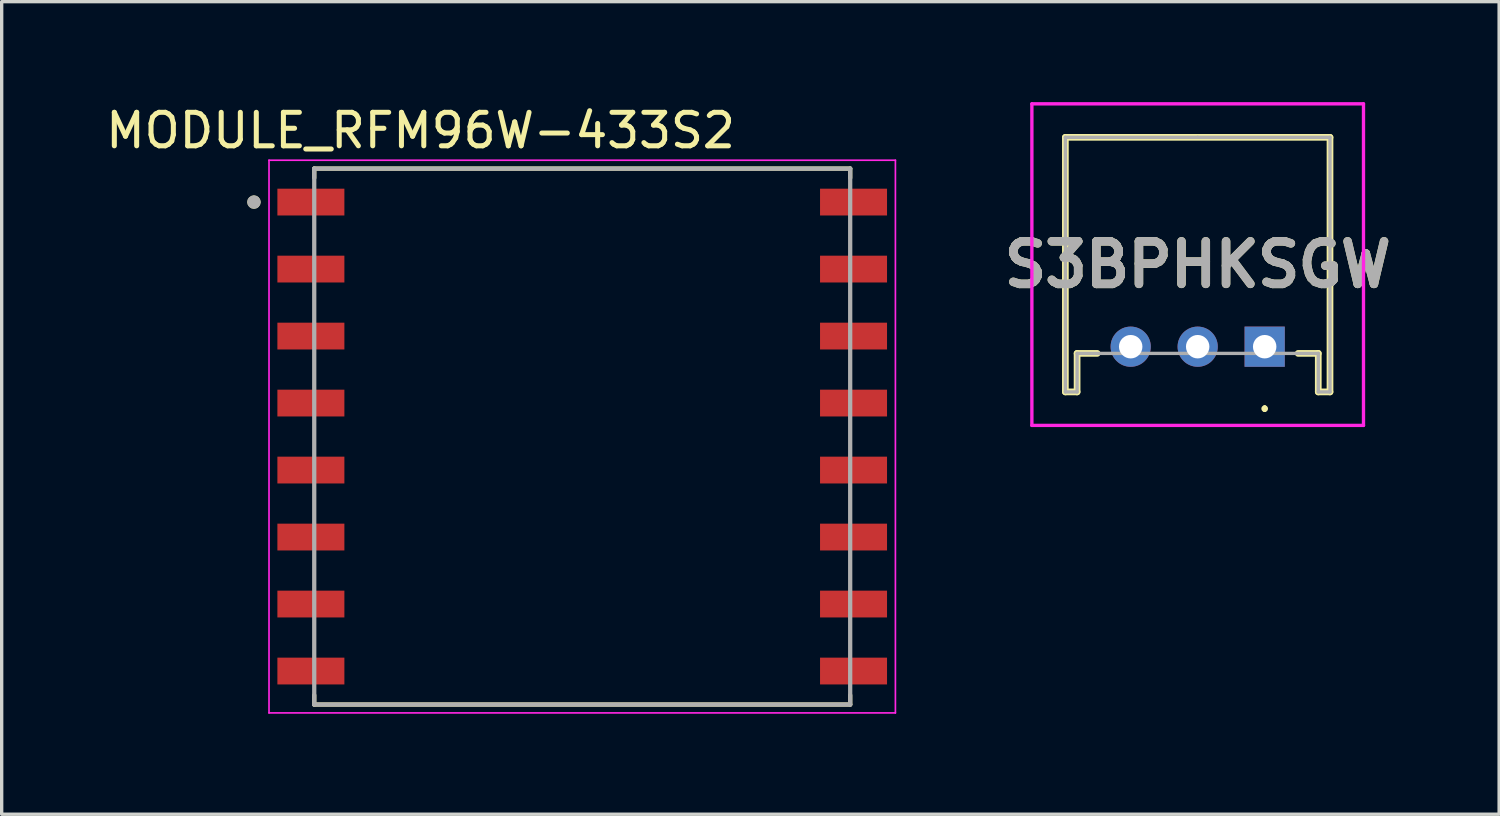
<source format=kicad_pcb>
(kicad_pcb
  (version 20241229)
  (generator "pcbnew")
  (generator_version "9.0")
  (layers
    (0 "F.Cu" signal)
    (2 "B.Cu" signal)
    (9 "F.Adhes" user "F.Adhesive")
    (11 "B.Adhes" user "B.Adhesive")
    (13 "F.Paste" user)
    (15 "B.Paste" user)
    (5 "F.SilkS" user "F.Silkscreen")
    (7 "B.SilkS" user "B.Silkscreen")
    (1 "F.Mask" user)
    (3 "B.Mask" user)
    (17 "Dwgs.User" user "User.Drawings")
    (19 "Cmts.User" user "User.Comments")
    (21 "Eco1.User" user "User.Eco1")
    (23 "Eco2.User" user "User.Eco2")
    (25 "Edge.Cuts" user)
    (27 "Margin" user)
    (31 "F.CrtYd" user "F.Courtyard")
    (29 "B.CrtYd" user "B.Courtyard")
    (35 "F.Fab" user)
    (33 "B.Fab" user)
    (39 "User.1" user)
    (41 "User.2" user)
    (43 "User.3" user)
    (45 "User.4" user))
  (footprint "S3BPHKSGW"
    (layer "F.Cu")
    (at 34.705 7.3)
    (property "Reference" "S3BPHKSGW" (at -2 -2.45 0) (layer "F.SilkS") (effects (font (size 1.27 1.27) (thickness 0.254))))
    (attr through_hole)
    (fp_line (start -5.95 -6.25) (end -5.95 1.35) (stroke (width 0.2) (type solid)) (layer "F.SilkS"))
    (fp_line (start -5.95 1.35) (end -5.6 1.35) (stroke (width 0.2) (type solid)) (layer "F.SilkS"))
    (fp_line (start -5.6 0.2) (end -5 0.2) (stroke (width 0.2) (type solid)) (layer "F.SilkS"))
    (fp_line (start -5.6 1.35) (end -5.6 0.2) (stroke (width 0.2) (type solid)) (layer "F.SilkS"))
    (fp_line (start 0 1.8) (end 0 1.8) (stroke (width 0.1) (type solid)) (layer "F.SilkS"))
    (fp_line (start 0 1.9) (end 0 1.9) (stroke (width 0.1) (type solid)) (layer "F.SilkS"))
    (fp_line (start 1 0.2) (end 1.6 0.2) (stroke (width 0.2) (type solid)) (layer "F.SilkS"))
    (fp_line (start 1.6 0.2) (end 1.6 1.35) (stroke (width 0.2) (type solid)) (layer "F.SilkS"))
    (fp_line (start 1.6 1.35) (end 1.95 1.35) (stroke (width 0.2) (type solid)) (layer "F.SilkS"))
    (fp_line (start 1.95 -6.25) (end -5.95 -6.25) (stroke (width 0.2) (type solid)) (layer "F.SilkS"))
    (fp_line (start 1.95 1.35) (end 1.95 -6.25) (stroke (width 0.2) (type solid)) (layer "F.SilkS"))
    (fp_arc (start 0 1.8) (mid 0.05 1.85) (end 0 1.9) (stroke (width 0.1) (type solid)) (layer "F.SilkS"))
    (fp_arc (start 0 1.9) (mid -0.05 1.85) (end 0 1.8) (stroke (width 0.1) (type solid)) (layer "F.SilkS"))
    (fp_line (start -6.95 -7.25) (end 2.95 -7.25) (stroke (width 0.1) (type solid)) (layer "F.CrtYd"))
    (fp_line (start -6.95 2.35) (end -6.95 -7.25) (stroke (width 0.1) (type solid)) (layer "F.CrtYd"))
    (fp_line (start 2.95 -7.25) (end 2.95 2.35) (stroke (width 0.1) (type solid)) (layer "F.CrtYd"))
    (fp_line (start 2.95 2.35) (end -6.95 2.35) (stroke (width 0.1) (type solid)) (layer "F.CrtYd"))
    (fp_line (start -5.95 -6.25) (end -2 -6.25) (stroke (width 0.1) (type solid)) (layer "F.Fab"))
    (fp_line (start -5.95 1.35) (end -5.95 -6.25) (stroke (width 0.1) (type solid)) (layer "F.Fab"))
    (fp_line (start -5.6 0.2) (end -5.6 1.35) (stroke (width 0.1) (type solid)) (layer "F.Fab"))
    (fp_line (start -5.6 1.35) (end -5.95 1.35) (stroke (width 0.1) (type solid)) (layer "F.Fab"))
    (fp_line (start -2 -6.25) (end 1.95 -6.25) (stroke (width 0.1) (type solid)) (layer "F.Fab"))
    (fp_line (start 1.6 0.2) (end -5.6 0.2) (stroke (width 0.1) (type solid)) (layer "F.Fab"))
    (fp_line (start 1.6 1.35) (end 1.6 0.2) (stroke (width 0.1) (type solid)) (layer "F.Fab"))
    (fp_line (start 1.95 -6.25) (end 1.95 1.35) (stroke (width 0.1) (type solid)) (layer "F.Fab"))
    (fp_line (start 1.95 1.35) (end 1.6 1.35) (stroke (width 0.1) (type solid)) (layer "F.Fab"))
    (fp_text user "${REFERENCE}" (at -2 -2.45 0) (layer "F.Fab") (effects (font (size 1.27 1.27) (thickness 0.254))))
    (pad "1" thru_hole rect (at 0 0) (size 1.2 1.2) (drill 0.7) (layers "*.Cu" "*.Mask"))
    (pad "2" thru_hole circle (at -2 0) (size 1.2 1.2) (drill 0.7) (layers "*.Cu" "*.Mask"))
    (pad "3" thru_hole circle (at -4 0) (size 1.2 1.2) (drill 0.7) (layers "*.Cu" "*.Mask")))
  (footprint "MODULE_RFM96W-433S2"
    (layer "F.Cu")
    (at 14.331 9.983)
    (property "Reference" "MODULE_RFM96W-433S2" (at -4.825 -9.135 0) (layer "F.SilkS") (effects (font (size 1 1) (thickness 0.15))))
    (attr smd)
    (fp_line (start -8 -8) (end -8 -7.72) (stroke (width 0.127) (type solid)) (layer "F.SilkS"))
    (fp_line (start -8 8) (end -8 7.72) (stroke (width 0.127) (type solid)) (layer "F.SilkS"))
    (fp_line (start 8 -8) (end -8 -8) (stroke (width 0.127) (type solid)) (layer "F.SilkS"))
    (fp_line (start 8 -7.72) (end 8 -8) (stroke (width 0.127) (type solid)) (layer "F.SilkS"))
    (fp_line (start 8 7.72) (end 8 8) (stroke (width 0.127) (type solid)) (layer "F.SilkS"))
    (fp_line (start 8 8) (end -8 8) (stroke (width 0.127) (type solid)) (layer "F.SilkS"))
    (fp_circle (center -9.8 -7) (end -9.7 -7) (stroke (width 0.2) (type solid)) (fill no) (layer "F.SilkS"))
    (fp_line (start -9.35 -8.25) (end 9.35 -8.25) (stroke (width 0.05) (type solid)) (layer "F.CrtYd"))
    (fp_line (start -9.35 8.25) (end -9.35 -8.25) (stroke (width 0.05) (type solid)) (layer "F.CrtYd"))
    (fp_line (start 9.35 -8.25) (end 9.35 8.25) (stroke (width 0.05) (type solid)) (layer "F.CrtYd"))
    (fp_line (start 9.35 8.25) (end -9.35 8.25) (stroke (width 0.05) (type solid)) (layer "F.CrtYd"))
    (fp_line (start -8 -8) (end 8 -8) (stroke (width 0.127) (type solid)) (layer "F.Fab"))
    (fp_line (start -8 8) (end -8 -8) (stroke (width 0.127) (type solid)) (layer "F.Fab"))
    (fp_line (start 8 -8) (end 8 8) (stroke (width 0.127) (type solid)) (layer "F.Fab"))
    (fp_line (start 8 8) (end -8 8) (stroke (width 0.127) (type solid)) (layer "F.Fab"))
    (fp_circle (center -9.8 -7) (end -9.7 -7) (stroke (width 0.2) (type solid)) (fill no) (layer "F.Fab"))
    (pad "1" smd rect (at -8.1 -7) (size 2 0.8) (layers "F.Cu" "F.Mask" "F.Paste"))
    (pad "2" smd rect (at -8.1 -5) (size 2 0.8) (layers "F.Cu" "F.Mask" "F.Paste"))
    (pad "3" smd rect (at -8.1 -3) (size 2 0.8) (layers "F.Cu" "F.Mask" "F.Paste"))
    (pad "4" smd rect (at -8.1 -1) (size 2 0.8) (layers "F.Cu" "F.Mask" "F.Paste"))
    (pad "5" smd rect (at -8.1 1) (size 2 0.8) (layers "F.Cu" "F.Mask" "F.Paste"))
    (pad "6" smd rect (at -8.1 3) (size 2 0.8) (layers "F.Cu" "F.Mask" "F.Paste"))
    (pad "7" smd rect (at -8.1 5) (size 2 0.8) (layers "F.Cu" "F.Mask" "F.Paste"))
    (pad "8" smd rect (at -8.1 7) (size 2 0.8) (layers "F.Cu" "F.Mask" "F.Paste"))
    (pad "9" smd rect (at 8.1 7) (size 2 0.8) (layers "F.Cu" "F.Mask" "F.Paste"))
    (pad "10" smd rect (at 8.1 5) (size 2 0.8) (layers "F.Cu" "F.Mask" "F.Paste"))
    (pad "11" smd rect (at 8.1 3) (size 2 0.8) (layers "F.Cu" "F.Mask" "F.Paste"))
    (pad "12" smd rect (at 8.1 1) (size 2 0.8) (layers "F.Cu" "F.Mask" "F.Paste"))
    (pad "13" smd rect (at 8.1 -1) (size 2 0.8) (layers "F.Cu" "F.Mask" "F.Paste"))
    (pad "14" smd rect (at 8.1 -3) (size 2 0.8) (layers "F.Cu" "F.Mask" "F.Paste"))
    (pad "15" smd rect (at 8.1 -5) (size 2 0.8) (layers "F.Cu" "F.Mask" "F.Paste"))
    (pad "16" smd rect (at 8.1 -7) (size 2 0.8) (layers "F.Cu" "F.Mask" "F.Paste")))
  (gr_rect
    (start -3 -3)
    (end 41.704 21.258)
    (stroke (width 0.1) (type default))
    (fill no)
    (layer "Edge.Cuts")))
</source>
